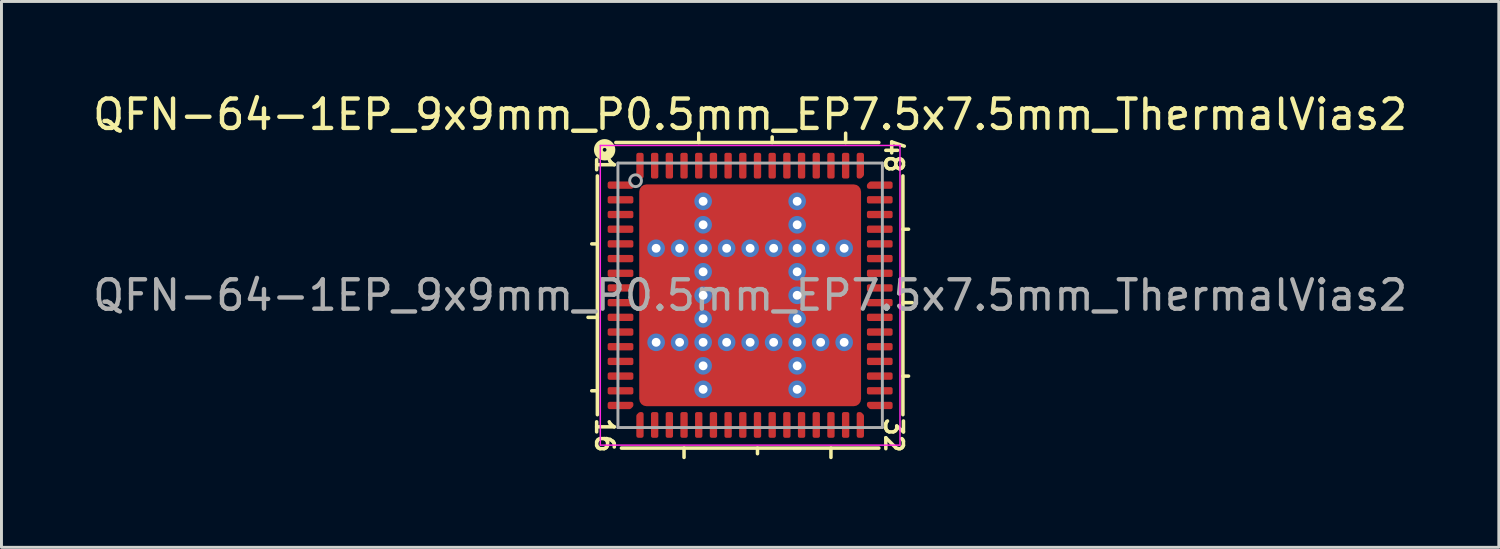
<source format=kicad_pcb>
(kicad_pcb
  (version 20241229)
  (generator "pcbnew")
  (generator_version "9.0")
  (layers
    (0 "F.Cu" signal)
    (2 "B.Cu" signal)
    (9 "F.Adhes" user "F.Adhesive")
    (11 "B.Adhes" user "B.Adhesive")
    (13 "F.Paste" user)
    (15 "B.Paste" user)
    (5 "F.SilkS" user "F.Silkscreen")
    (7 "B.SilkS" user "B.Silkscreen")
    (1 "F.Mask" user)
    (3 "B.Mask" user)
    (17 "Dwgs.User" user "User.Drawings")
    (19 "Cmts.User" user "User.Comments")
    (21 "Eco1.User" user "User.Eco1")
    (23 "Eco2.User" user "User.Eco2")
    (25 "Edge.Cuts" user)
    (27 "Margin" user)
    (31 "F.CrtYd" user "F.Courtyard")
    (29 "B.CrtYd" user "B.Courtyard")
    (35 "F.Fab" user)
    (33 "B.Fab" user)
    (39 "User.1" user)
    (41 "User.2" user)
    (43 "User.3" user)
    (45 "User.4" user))
  (footprint "QFN-64-1EP_9x9mm_P0.5mm_EP7.5x7.5mm_ThermalVias2"
    (layer "F.Cu")
    (at 22.482 7.001)
    (property "Reference" "QFN-64-1EP_9x9mm_P0.5mm_EP7.5x7.5mm_ThermalVias2" (at 0 -6.152 0) (layer "F.SilkS") (effects (font (size 1 1) (thickness 0.15))))
    (attr smd)
    (fp_line (start -5.2 -4.064) (end -5.2 4.064) (stroke (width 0.12) (type solid)) (layer "F.SilkS"))
    (fp_line (start -5.2 -1.75) (end -5.391 -1.75) (stroke (width 0.12) (type solid)) (layer "F.SilkS"))
    (fp_line (start -5.2 0.75) (end -5.518 0.75) (stroke (width 0.12) (type solid)) (layer "F.SilkS"))
    (fp_line (start -5.2 3.25) (end -5.391 3.25) (stroke (width 0.12) (type solid)) (layer "F.SilkS"))
    (fp_line (start -4.381 5.2) (end 4.381 5.2) (stroke (width 0.12) (type solid)) (layer "F.SilkS"))
    (fp_line (start -2.25 5.2) (end -2.25 5.518) (stroke (width 0.12) (type solid)) (layer "F.SilkS"))
    (fp_line (start -1.75 -5.2) (end -1.75 -5.518) (stroke (width 0.12) (type solid)) (layer "F.SilkS"))
    (fp_line (start 0.25 5.2) (end 0.25 5.391) (stroke (width 0.12) (type solid)) (layer "F.SilkS"))
    (fp_line (start 0.75 -5.2) (end 0.75 -5.391) (stroke (width 0.12) (type solid)) (layer "F.SilkS"))
    (fp_line (start 2.75 5.2) (end 2.75 5.518) (stroke (width 0.12) (type solid)) (layer "F.SilkS"))
    (fp_line (start 3.25 -5.2) (end 3.25 -5.518) (stroke (width 0.12) (type solid)) (layer "F.SilkS"))
    (fp_line (start 4.381 -5.2) (end -4.572 -5.2) (stroke (width 0.12) (type solid)) (layer "F.SilkS"))
    (fp_line (start 5.2 -2.25) (end 5.391 -2.25) (stroke (width 0.12) (type solid)) (layer "F.SilkS"))
    (fp_line (start 5.2 0.25) (end 5.518 0.25) (stroke (width 0.12) (type solid)) (layer "F.SilkS"))
    (fp_line (start 5.2 2.75) (end 5.391 2.75) (stroke (width 0.12) (type solid)) (layer "F.SilkS"))
    (fp_line (start 5.2 4.064) (end 5.2 -4.064) (stroke (width 0.12) (type solid)) (layer "F.SilkS"))
    (fp_circle (center -4.953 -4.953) (end -4.889 -4.953) (stroke (width 0.3) (type solid)) (fill no) (layer "F.SilkS"))
    (fp_line (start -5.1 -5.1) (end -5.1 5.1) (stroke (width 0.05) (type solid)) (layer "F.CrtYd"))
    (fp_line (start -5.1 5.1) (end 5.1 5.1) (stroke (width 0.05) (type solid)) (layer "F.CrtYd"))
    (fp_line (start 5.1 -5.1) (end -5.1 -5.1) (stroke (width 0.05) (type solid)) (layer "F.CrtYd"))
    (fp_line (start 5.1 5.1) (end 5.1 -5.1) (stroke (width 0.05) (type solid)) (layer "F.CrtYd"))
    (fp_line (start -4.5 -4.5) (end 4.5 -4.5) (stroke (width 0.1) (type solid)) (layer "F.Fab"))
    (fp_line (start -4.5 4.5) (end -4.5 -4.5) (stroke (width 0.1) (type solid)) (layer "F.Fab"))
    (fp_line (start 4.5 -4.5) (end 4.5 4.5) (stroke (width 0.1) (type solid)) (layer "F.Fab"))
    (fp_line (start 4.5 4.5) (end -4.5 4.5) (stroke (width 0.1) (type solid)) (layer "F.Fab"))
    (fp_circle (center -3.9 -3.9) (end -3.7 -3.9) (stroke (width 0.1) (type solid)) (fill no) (layer "F.Fab"))
    (fp_text user "1" (at -4.953 -4.445 270) (unlocked yes) (layer "F.SilkS") (effects (font (size 0.6 0.6) (thickness 0.12))))
    (fp_text user "16" (at -4.953 4.763 270) (unlocked yes) (layer "F.SilkS") (effects (font (size 0.6 0.6) (thickness 0.12))))
    (fp_text user "32" (at 4.889 4.763 270) (unlocked yes) (layer "F.SilkS") (effects (font (size 0.6 0.6) (thickness 0.12))))
    (fp_text user "48" (at 4.889 -4.763 270) (unlocked yes) (layer "F.SilkS") (effects (font (size 0.6 0.6) (thickness 0.12))))
    (fp_text user "${REFERENCE}" (at 0 0 0) (layer "F.Fab") (effects (font (size 1 1) (thickness 0.15))))
    (pad "" smd roundrect (at -3.188 -3.188) (size 0.625 0.625) (layers "F.Paste") (roundrect_rratio 0.25))
    (pad "" smd roundrect (at -3.188 -2.362) (size 0.625 0.625) (layers "F.Paste") (roundrect_rratio 0.25))
    (pad "" smd roundrect (at -3.188 -0.838) (size 0.625 0.625) (layers "F.Paste") (roundrect_rratio 0.25))
    (pad "" smd roundrect (at -3.188 0) (size 0.625 0.65) (layers "F.Paste") (roundrect_rratio 0.25))
    (pad "" smd roundrect (at -3.188 0.838) (size 0.625 0.625) (layers "F.Paste") (roundrect_rratio 0.25))
    (pad "" smd roundrect (at -3.188 2.362) (size 0.625 0.625) (layers "F.Paste") (roundrect_rratio 0.25))
    (pad "" smd roundrect (at -3.188 3.188) (size 0.625 0.625) (layers "F.Paste") (roundrect_rratio 0.25))
    (pad "" smd roundrect (at -2.788 -2.788 270) (size 1.775 1.775) (layers "F.Mask") (roundrect_rratio 0.141))
    (pad "" smd roundrect (at -2.788 0 270) (size 2.6 1.775) (layers "F.Mask") (roundrect_rratio 0.141))
    (pad "" smd roundrect (at -2.788 2.788 270) (size 1.775 1.775) (layers "F.Mask") (roundrect_rratio 0.141))
    (pad "" smd roundrect (at -2.362 -3.188) (size 0.625 0.625) (layers "F.Paste") (roundrect_rratio 0.25))
    (pad "" smd roundrect (at -2.362 -2.362) (size 0.625 0.625) (layers "F.Paste") (roundrect_rratio 0.25))
    (pad "" smd roundrect (at -2.362 -0.838) (size 0.625 0.625) (layers "F.Paste") (roundrect_rratio 0.25))
    (pad "" smd roundrect (at -2.362 0) (size 0.625 0.65) (layers "F.Paste") (roundrect_rratio 0.25))
    (pad "" smd roundrect (at -2.362 0.838) (size 0.625 0.625) (layers "F.Paste") (roundrect_rratio 0.25))
    (pad "" smd roundrect (at -2.362 2.362) (size 0.625 0.625) (layers "F.Paste") (roundrect_rratio 0.25))
    (pad "" smd roundrect (at -2.362 3.188) (size 0.625 0.625) (layers "F.Paste") (roundrect_rratio 0.25))
    (pad "" smd roundrect (at -0.838 -3.188 90) (size 0.625 0.625) (layers "F.Paste") (roundrect_rratio 0.25))
    (pad "" smd roundrect (at -0.838 -2.362 90) (size 0.625 0.625) (layers "F.Paste") (roundrect_rratio 0.25))
    (pad "" smd roundrect (at -0.838 -0.838 90) (size 0.625 0.625) (layers "F.Paste") (roundrect_rratio 0.25))
    (pad "" smd roundrect (at -0.838 0 90) (size 0.65 0.625) (layers "F.Paste") (roundrect_rratio 0.25))
    (pad "" smd roundrect (at -0.838 0.838 90) (size 0.625 0.625) (layers "F.Paste") (roundrect_rratio 0.25))
    (pad "" smd roundrect (at -0.838 2.362 90) (size 0.625 0.625) (layers "F.Paste") (roundrect_rratio 0.25))
    (pad "" smd roundrect (at -0.838 3.188 90) (size 0.625 0.625) (layers "F.Paste") (roundrect_rratio 0.25))
    (pad "" smd roundrect (at 0 -3.188 90) (size 0.625 0.65) (layers "F.Paste") (roundrect_rratio 0.25))
    (pad "" smd roundrect (at 0 -2.788) (size 2.6 1.775) (layers "F.Mask") (roundrect_rratio 0.141))
    (pad "" smd roundrect (at 0 -2.362 90) (size 0.625 0.65) (layers "F.Paste") (roundrect_rratio 0.25))
    (pad "" smd roundrect (at 0 -0.838 90) (size 0.625 0.65) (layers "F.Paste") (roundrect_rratio 0.25))
    (pad "" smd roundrect (at 0 0 90) (size 0.65 0.65) (layers "F.Paste") (roundrect_rratio 0.25))
    (pad "" smd roundrect (at 0 0 270) (size 2.6 2.6) (layers "F.Mask") (roundrect_rratio 0.096))
    (pad "" smd roundrect (at 0 0.838 90) (size 0.625 0.65) (layers "F.Paste") (roundrect_rratio 0.25))
    (pad "" smd roundrect (at 0 2.362 90) (size 0.625 0.65) (layers "F.Paste") (roundrect_rratio 0.25))
    (pad "" smd roundrect (at 0 2.788) (size 2.6 1.775) (layers "F.Mask") (roundrect_rratio 0.141))
    (pad "" smd roundrect (at 0 3.188 90) (size 0.625 0.65) (layers "F.Paste") (roundrect_rratio 0.25))
    (pad "" smd roundrect (at 0.838 -3.188 90) (size 0.625 0.625) (layers "F.Paste") (roundrect_rratio 0.25))
    (pad "" smd roundrect (at 0.838 -2.362 90) (size 0.625 0.625) (layers "F.Paste") (roundrect_rratio 0.25))
    (pad "" smd roundrect (at 0.838 -0.838 90) (size 0.625 0.625) (layers "F.Paste") (roundrect_rratio 0.25))
    (pad "" smd roundrect (at 0.838 0 90) (size 0.65 0.625) (layers "F.Paste") (roundrect_rratio 0.25))
    (pad "" smd roundrect (at 0.838 0.838 90) (size 0.625 0.625) (layers "F.Paste") (roundrect_rratio 0.25))
    (pad "" smd roundrect (at 0.838 2.362 90) (size 0.625 0.625) (layers "F.Paste") (roundrect_rratio 0.25))
    (pad "" smd roundrect (at 0.838 3.188 90) (size 0.625 0.625) (layers "F.Paste") (roundrect_rratio 0.25))
    (pad "" smd roundrect (at 2.362 -3.188) (size 0.625 0.625) (layers "F.Paste") (roundrect_rratio 0.25))
    (pad "" smd roundrect (at 2.362 -2.362) (size 0.625 0.625) (layers "F.Paste") (roundrect_rratio 0.25))
    (pad "" smd roundrect (at 2.362 -0.838) (size 0.625 0.625) (layers "F.Paste") (roundrect_rratio 0.25))
    (pad "" smd roundrect (at 2.362 0) (size 0.625 0.65) (layers "F.Paste") (roundrect_rratio 0.25))
    (pad "" smd roundrect (at 2.362 0.838) (size 0.625 0.625) (layers "F.Paste") (roundrect_rratio 0.25))
    (pad "" smd roundrect (at 2.362 2.362) (size 0.625 0.625) (layers "F.Paste") (roundrect_rratio 0.25))
    (pad "" smd roundrect (at 2.362 3.188) (size 0.625 0.625) (layers "F.Paste") (roundrect_rratio 0.25))
    (pad "" smd roundrect (at 2.788 -2.788 270) (size 1.775 1.775) (layers "F.Mask") (roundrect_rratio 0.141))
    (pad "" smd roundrect (at 2.788 0 270) (size 2.6 1.775) (layers "F.Mask") (roundrect_rratio 0.141))
    (pad "" smd roundrect (at 2.788 2.788 270) (size 1.775 1.775) (layers "F.Mask") (roundrect_rratio 0.141))
    (pad "" smd roundrect (at 3.188 -3.188) (size 0.625 0.625) (layers "F.Paste") (roundrect_rratio 0.25))
    (pad "" smd roundrect (at 3.188 -2.362) (size 0.625 0.625) (layers "F.Paste") (roundrect_rratio 0.25))
    (pad "" smd roundrect (at 3.188 -0.838) (size 0.625 0.625) (layers "F.Paste") (roundrect_rratio 0.25))
    (pad "" smd roundrect (at 3.188 0) (size 0.625 0.65) (layers "F.Paste") (roundrect_rratio 0.25))
    (pad "" smd roundrect (at 3.188 0.838) (size 0.625 0.625) (layers "F.Paste") (roundrect_rratio 0.25))
    (pad "" smd roundrect (at 3.188 2.362) (size 0.625 0.625) (layers "F.Paste") (roundrect_rratio 0.25))
    (pad "" smd roundrect (at 3.188 3.188) (size 0.625 0.625) (layers "F.Paste") (roundrect_rratio 0.25))
    (pad "1" smd custom (at -4.412 -3.75) (size 0.179 0.179) (layers "F.Cu" "F.Mask" "F.Paste") (options (anchor circle)) (primitives (gr_poly (pts (xy 0.375 0.001) (xy 0.375 0.062) (xy -0.375 0.062) (xy -0.375 -0.062) (xy 0.312 -0.062)) (width 0.125) (fill yes))))
    (pad "2" smd roundrect (at -4.412 -3.25) (size 0.875 0.25) (layers "F.Cu" "F.Mask" "F.Paste") (roundrect_rratio 0.25))
    (pad "3" smd roundrect (at -4.412 -2.75) (size 0.875 0.25) (layers "F.Cu" "F.Mask" "F.Paste") (roundrect_rratio 0.25))
    (pad "4" smd roundrect (at -4.412 -2.25) (size 0.875 0.25) (layers "F.Cu" "F.Mask" "F.Paste") (roundrect_rratio 0.25))
    (pad "5" smd roundrect (at -4.412 -1.75) (size 0.875 0.25) (layers "F.Cu" "F.Mask" "F.Paste") (roundrect_rratio 0.25))
    (pad "6" smd roundrect (at -4.412 -1.25) (size 0.875 0.25) (layers "F.Cu" "F.Mask" "F.Paste") (roundrect_rratio 0.25))
    (pad "7" smd roundrect (at -4.412 -0.75) (size 0.875 0.25) (layers "F.Cu" "F.Mask" "F.Paste") (roundrect_rratio 0.25))
    (pad "8" smd roundrect (at -4.412 -0.25) (size 0.875 0.25) (layers "F.Cu" "F.Mask" "F.Paste") (roundrect_rratio 0.25))
    (pad "9" smd roundrect (at -4.412 0.25) (size 0.875 0.25) (layers "F.Cu" "F.Mask" "F.Paste") (roundrect_rratio 0.25))
    (pad "10" smd roundrect (at -4.412 0.75) (size 0.875 0.25) (layers "F.Cu" "F.Mask" "F.Paste") (roundrect_rratio 0.25))
    (pad "11" smd roundrect (at -4.412 1.25) (size 0.875 0.25) (layers "F.Cu" "F.Mask" "F.Paste") (roundrect_rratio 0.25))
    (pad "12" smd roundrect (at -4.412 1.75) (size 0.875 0.25) (layers "F.Cu" "F.Mask" "F.Paste") (roundrect_rratio 0.25))
    (pad "13" smd roundrect (at -4.412 2.25) (size 0.875 0.25) (layers "F.Cu" "F.Mask" "F.Paste") (roundrect_rratio 0.25))
    (pad "14" smd roundrect (at -4.412 2.75) (size 0.875 0.25) (layers "F.Cu" "F.Mask" "F.Paste") (roundrect_rratio 0.25))
    (pad "15" smd roundrect (at -4.412 3.25) (size 0.875 0.25) (layers "F.Cu" "F.Mask" "F.Paste") (roundrect_rratio 0.25))
    (pad "16" smd custom (at -4.412 3.75) (size 0.179 0.179) (layers "F.Cu" "F.Mask" "F.Paste") (options (anchor circle)) (primitives (gr_poly (pts (xy 0.375 -0.001) (xy 0.312 0.062) (xy -0.375 0.062) (xy -0.375 -0.062) (xy 0.375 -0.062)) (width 0.125) (fill yes))))
    (pad "17" smd custom (at -3.75 4.412) (size 0.179 0.179) (layers "F.Cu" "F.Mask" "F.Paste") (options (anchor circle)) (primitives (gr_poly (pts (xy 0.062 0.375) (xy -0.062 0.375) (xy -0.062 -0.312) (xy 0.001 -0.375) (xy 0.062 -0.375)) (width 0.125) (fill yes))))
    (pad "18" smd roundrect (at -3.25 4.412) (size 0.25 0.875) (layers "F.Cu" "F.Mask" "F.Paste") (roundrect_rratio 0.25))
    (pad "19" smd roundrect (at -2.75 4.412) (size 0.25 0.875) (layers "F.Cu" "F.Mask" "F.Paste") (roundrect_rratio 0.25))
    (pad "20" smd roundrect (at -2.25 4.412) (size 0.25 0.875) (layers "F.Cu" "F.Mask" "F.Paste") (roundrect_rratio 0.25))
    (pad "21" smd roundrect (at -1.75 4.412) (size 0.25 0.875) (layers "F.Cu" "F.Mask" "F.Paste") (roundrect_rratio 0.25))
    (pad "22" smd roundrect (at -1.25 4.412) (size 0.25 0.875) (layers "F.Cu" "F.Mask" "F.Paste") (roundrect_rratio 0.25))
    (pad "23" smd roundrect (at -0.75 4.412) (size 0.25 0.875) (layers "F.Cu" "F.Mask" "F.Paste") (roundrect_rratio 0.25))
    (pad "24" smd roundrect (at -0.25 4.412) (size 0.25 0.875) (layers "F.Cu" "F.Mask" "F.Paste") (roundrect_rratio 0.25))
    (pad "25" smd roundrect (at 0.25 4.412) (size 0.25 0.875) (layers "F.Cu" "F.Mask" "F.Paste") (roundrect_rratio 0.25))
    (pad "26" smd roundrect (at 0.75 4.412) (size 0.25 0.875) (layers "F.Cu" "F.Mask" "F.Paste") (roundrect_rratio 0.25))
    (pad "27" smd roundrect (at 1.25 4.412) (size 0.25 0.875) (layers "F.Cu" "F.Mask" "F.Paste") (roundrect_rratio 0.25))
    (pad "28" smd roundrect (at 1.75 4.412) (size 0.25 0.875) (layers "F.Cu" "F.Mask" "F.Paste") (roundrect_rratio 0.25))
    (pad "29" smd roundrect (at 2.25 4.412) (size 0.25 0.875) (layers "F.Cu" "F.Mask" "F.Paste") (roundrect_rratio 0.25))
    (pad "30" smd roundrect (at 2.75 4.412) (size 0.25 0.875) (layers "F.Cu" "F.Mask" "F.Paste") (roundrect_rratio 0.25))
    (pad "31" smd roundrect (at 3.25 4.412) (size 0.25 0.875) (layers "F.Cu" "F.Mask" "F.Paste") (roundrect_rratio 0.25))
    (pad "32" smd custom (at 3.75 4.412) (size 0.179 0.179) (layers "F.Cu" "F.Mask" "F.Paste") (options (anchor circle)) (primitives (gr_poly (pts (xy 0.062 -0.312) (xy 0.062 0.375) (xy -0.062 0.375) (xy -0.062 -0.375) (xy -0.001 -0.375)) (width 0.125) (fill yes))))
    (pad "33" smd custom (at 4.412 3.75) (size 0.179 0.179) (layers "F.Cu" "F.Mask" "F.Paste") (options (anchor circle)) (primitives (gr_poly (pts (xy 0.375 0.062) (xy -0.312 0.062) (xy -0.375 -0.001) (xy -0.375 -0.062) (xy 0.375 -0.062)) (width 0.125) (fill yes))))
    (pad "34" smd roundrect (at 4.412 3.25) (size 0.875 0.25) (layers "F.Cu" "F.Mask" "F.Paste") (roundrect_rratio 0.25))
    (pad "35" smd roundrect (at 4.412 2.75) (size 0.875 0.25) (layers "F.Cu" "F.Mask" "F.Paste") (roundrect_rratio 0.25))
    (pad "36" smd roundrect (at 4.412 2.25) (size 0.875 0.25) (layers "F.Cu" "F.Mask" "F.Paste") (roundrect_rratio 0.25))
    (pad "37" smd roundrect (at 4.412 1.75) (size 0.875 0.25) (layers "F.Cu" "F.Mask" "F.Paste") (roundrect_rratio 0.25))
    (pad "38" smd roundrect (at 4.412 1.25) (size 0.875 0.25) (layers "F.Cu" "F.Mask" "F.Paste") (roundrect_rratio 0.25))
    (pad "39" smd roundrect (at 4.412 0.75) (size 0.875 0.25) (layers "F.Cu" "F.Mask" "F.Paste") (roundrect_rratio 0.25))
    (pad "40" smd roundrect (at 4.412 0.25) (size 0.875 0.25) (layers "F.Cu" "F.Mask" "F.Paste") (roundrect_rratio 0.25))
    (pad "41" smd roundrect (at 4.412 -0.25) (size 0.875 0.25) (layers "F.Cu" "F.Mask" "F.Paste") (roundrect_rratio 0.25))
    (pad "42" smd roundrect (at 4.412 -0.75) (size 0.875 0.25) (layers "F.Cu" "F.Mask" "F.Paste") (roundrect_rratio 0.25))
    (pad "43" smd roundrect (at 4.412 -1.25) (size 0.875 0.25) (layers "F.Cu" "F.Mask" "F.Paste") (roundrect_rratio 0.25))
    (pad "44" smd roundrect (at 4.412 -1.75) (size 0.875 0.25) (layers "F.Cu" "F.Mask" "F.Paste") (roundrect_rratio 0.25))
    (pad "45" smd roundrect (at 4.412 -2.25) (size 0.875 0.25) (layers "F.Cu" "F.Mask" "F.Paste") (roundrect_rratio 0.25))
    (pad "46" smd roundrect (at 4.412 -2.75) (size 0.875 0.25) (layers "F.Cu" "F.Mask" "F.Paste") (roundrect_rratio 0.25))
    (pad "47" smd roundrect (at 4.412 -3.25) (size 0.875 0.25) (layers "F.Cu" "F.Mask" "F.Paste") (roundrect_rratio 0.25))
    (pad "48" smd custom (at 4.412 -3.75) (size 0.179 0.179) (layers "F.Cu" "F.Mask" "F.Paste") (options (anchor circle)) (primitives (gr_poly (pts (xy 0.375 0.062) (xy -0.375 0.062) (xy -0.375 0.001) (xy -0.312 -0.062) (xy 0.375 -0.062)) (width 0.125) (fill yes))))
    (pad "49" smd custom (at 3.75 -4.412) (size 0.179 0.179) (layers "F.Cu" "F.Mask" "F.Paste") (options (anchor circle)) (primitives (gr_poly (pts (xy 0.062 0.312) (xy -0.001 0.375) (xy -0.062 0.375) (xy -0.062 -0.375) (xy 0.062 -0.375)) (width 0.125) (fill yes))))
    (pad "50" smd roundrect (at 3.25 -4.412) (size 0.25 0.875) (layers "F.Cu" "F.Mask" "F.Paste") (roundrect_rratio 0.25))
    (pad "51" smd roundrect (at 2.75 -4.412) (size 0.25 0.875) (layers "F.Cu" "F.Mask" "F.Paste") (roundrect_rratio 0.25))
    (pad "52" smd roundrect (at 2.25 -4.412) (size 0.25 0.875) (layers "F.Cu" "F.Mask" "F.Paste") (roundrect_rratio 0.25))
    (pad "53" smd roundrect (at 1.75 -4.412) (size 0.25 0.875) (layers "F.Cu" "F.Mask" "F.Paste") (roundrect_rratio 0.25))
    (pad "54" smd roundrect (at 1.25 -4.412) (size 0.25 0.875) (layers "F.Cu" "F.Mask" "F.Paste") (roundrect_rratio 0.25))
    (pad "55" smd roundrect (at 0.75 -4.412) (size 0.25 0.875) (layers "F.Cu" "F.Mask" "F.Paste") (roundrect_rratio 0.25))
    (pad "56" smd roundrect (at 0.25 -4.412) (size 0.25 0.875) (layers "F.Cu" "F.Mask" "F.Paste") (roundrect_rratio 0.25))
    (pad "57" smd roundrect (at -0.25 -4.412) (size 0.25 0.875) (layers "F.Cu" "F.Mask" "F.Paste") (roundrect_rratio 0.25))
    (pad "58" smd roundrect (at -0.75 -4.412) (size 0.25 0.875) (layers "F.Cu" "F.Mask" "F.Paste") (roundrect_rratio 0.25))
    (pad "59" smd roundrect (at -1.25 -4.412) (size 0.25 0.875) (layers "F.Cu" "F.Mask" "F.Paste") (roundrect_rratio 0.25))
    (pad "60" smd roundrect (at -1.75 -4.412) (size 0.25 0.875) (layers "F.Cu" "F.Mask" "F.Paste") (roundrect_rratio 0.25))
    (pad "61" smd roundrect (at -2.25 -4.412) (size 0.25 0.875) (layers "F.Cu" "F.Mask" "F.Paste") (roundrect_rratio 0.25))
    (pad "62" smd roundrect (at -2.75 -4.412) (size 0.25 0.875) (layers "F.Cu" "F.Mask" "F.Paste") (roundrect_rratio 0.25))
    (pad "63" smd roundrect (at -3.25 -4.412) (size 0.25 0.875) (layers "F.Cu" "F.Mask" "F.Paste") (roundrect_rratio 0.25))
    (pad "64" smd custom (at -3.75 -4.412) (size 0.179 0.179) (layers "F.Cu" "F.Mask" "F.Paste") (options (anchor circle)) (primitives (gr_poly (pts (xy 0.062 0.375) (xy 0.001 0.375) (xy -0.062 0.312) (xy -0.062 -0.375) (xy 0.062 -0.375)) (width 0.125) (fill yes))))
    (pad "65" thru_hole circle (at -3.2 -1.6 180) (size 0.6 0.6) (drill 0.3) (property pad_prop_heatsink) (layers "*.Cu" "*.Mask"))
    (pad "65" thru_hole circle (at -3.2 1.6 180) (size 0.6 0.6) (drill 0.3) (property pad_prop_heatsink) (layers "*.Cu" "*.Mask"))
    (pad "65" thru_hole circle (at -2.4 -1.6 180) (size 0.6 0.6) (drill 0.3) (property pad_prop_heatsink) (layers "*.Cu" "*.Mask"))
    (pad "65" thru_hole circle (at -2.4 1.6 180) (size 0.6 0.6) (drill 0.3) (property pad_prop_heatsink) (layers "*.Cu" "*.Mask"))
    (pad "65" thru_hole circle (at -1.6 -3.2 180) (size 0.6 0.6) (drill 0.3) (property pad_prop_heatsink) (layers "*.Cu" "*.Mask"))
    (pad "65" thru_hole circle (at -1.6 -2.4 180) (size 0.6 0.6) (drill 0.3) (property pad_prop_heatsink) (layers "*.Cu" "*.Mask"))
    (pad "65" thru_hole circle (at -1.6 -1.6 180) (size 0.6 0.6) (drill 0.3) (property pad_prop_heatsink) (layers "*.Cu" "*.Mask"))
    (pad "65" thru_hole circle (at -1.6 -0.8 180) (size 0.6 0.6) (drill 0.3) (property pad_prop_heatsink) (layers "*.Cu" "*.Mask"))
    (pad "65" thru_hole circle (at -1.6 0 180) (size 0.6 0.6) (drill 0.3) (property pad_prop_heatsink) (layers "*.Cu" "*.Mask"))
    (pad "65" thru_hole circle (at -1.6 0.8 180) (size 0.6 0.6) (drill 0.3) (property pad_prop_heatsink) (layers "*.Cu" "*.Mask"))
    (pad "65" thru_hole circle (at -1.6 1.6 180) (size 0.6 0.6) (drill 0.3) (property pad_prop_heatsink) (layers "*.Cu" "*.Mask"))
    (pad "65" thru_hole circle (at -1.6 2.4 180) (size 0.6 0.6) (drill 0.3) (property pad_prop_heatsink) (layers "*.Cu" "*.Mask"))
    (pad "65" thru_hole circle (at -1.6 3.2 180) (size 0.6 0.6) (drill 0.3) (property pad_prop_heatsink) (layers "*.Cu" "*.Mask"))
    (pad "65" thru_hole circle (at -0.8 -1.6 180) (size 0.6 0.6) (drill 0.3) (property pad_prop_heatsink) (layers "*.Cu" "*.Mask"))
    (pad "65" thru_hole circle (at -0.8 1.6 180) (size 0.6 0.6) (drill 0.3) (property pad_prop_heatsink) (layers "*.Cu" "*.Mask"))
    (pad "65" thru_hole circle (at 0 -1.6 180) (size 0.6 0.6) (drill 0.3) (property pad_prop_heatsink) (layers "*.Cu" "*.Mask"))
    (pad "65" smd roundrect (at 0 0) (size 7.55 7.55) (layers "F.Cu") (roundrect_rratio 0.033))
    (pad "65" thru_hole circle (at 0 1.6 180) (size 0.6 0.6) (drill 0.3) (property pad_prop_heatsink) (layers "*.Cu" "*.Mask"))
    (pad "65" thru_hole circle (at 0.8 -1.6 180) (size 0.6 0.6) (drill 0.3) (property pad_prop_heatsink) (layers "*.Cu" "*.Mask"))
    (pad "65" thru_hole circle (at 0.8 1.6 180) (size 0.6 0.6) (drill 0.3) (property pad_prop_heatsink) (layers "*.Cu" "*.Mask"))
    (pad "65" thru_hole circle (at 1.6 -3.2 180) (size 0.6 0.6) (drill 0.3) (property pad_prop_heatsink) (layers "*.Cu" "*.Mask"))
    (pad "65" thru_hole circle (at 1.6 -2.4 180) (size 0.6 0.6) (drill 0.3) (property pad_prop_heatsink) (layers "*.Cu" "*.Mask"))
    (pad "65" thru_hole circle (at 1.6 -1.6 180) (size 0.6 0.6) (drill 0.3) (property pad_prop_heatsink) (layers "*.Cu" "*.Mask"))
    (pad "65" thru_hole circle (at 1.6 -0.8 180) (size 0.6 0.6) (drill 0.3) (property pad_prop_heatsink) (layers "*.Cu" "*.Mask"))
    (pad "65" thru_hole circle (at 1.6 0 180) (size 0.6 0.6) (drill 0.3) (property pad_prop_heatsink) (layers "*.Cu" "*.Mask"))
    (pad "65" thru_hole circle (at 1.6 0.8 180) (size 0.6 0.6) (drill 0.3) (property pad_prop_heatsink) (layers "*.Cu" "*.Mask"))
    (pad "65" thru_hole circle (at 1.6 1.6 180) (size 0.6 0.6) (drill 0.3) (property pad_prop_heatsink) (layers "*.Cu" "*.Mask"))
    (pad "65" thru_hole circle (at 1.6 2.4 180) (size 0.6 0.6) (drill 0.3) (property pad_prop_heatsink) (layers "*.Cu" "*.Mask"))
    (pad "65" thru_hole circle (at 1.6 3.2 180) (size 0.6 0.6) (drill 0.3) (property pad_prop_heatsink) (layers "*.Cu" "*.Mask"))
    (pad "65" thru_hole circle (at 2.4 -1.6 180) (size 0.6 0.6) (drill 0.3) (property pad_prop_heatsink) (layers "*.Cu" "*.Mask"))
    (pad "65" thru_hole circle (at 2.4 1.6 180) (size 0.6 0.6) (drill 0.3) (property pad_prop_heatsink) (layers "*.Cu" "*.Mask"))
    (pad "65" thru_hole circle (at 3.2 -1.6 180) (size 0.6 0.6) (drill 0.3) (property pad_prop_heatsink) (layers "*.Cu" "*.Mask"))
    (pad "65" thru_hole circle (at 3.2 1.6 180) (size 0.6 0.6) (drill 0.3) (property pad_prop_heatsink) (layers "*.Cu" "*.Mask")))
  (gr_rect
    (start -3 -3)
    (end 47.964 15.578)
    (stroke (width 0.1) (type default))
    (fill no)
    (layer "Edge.Cuts")))
</source>
